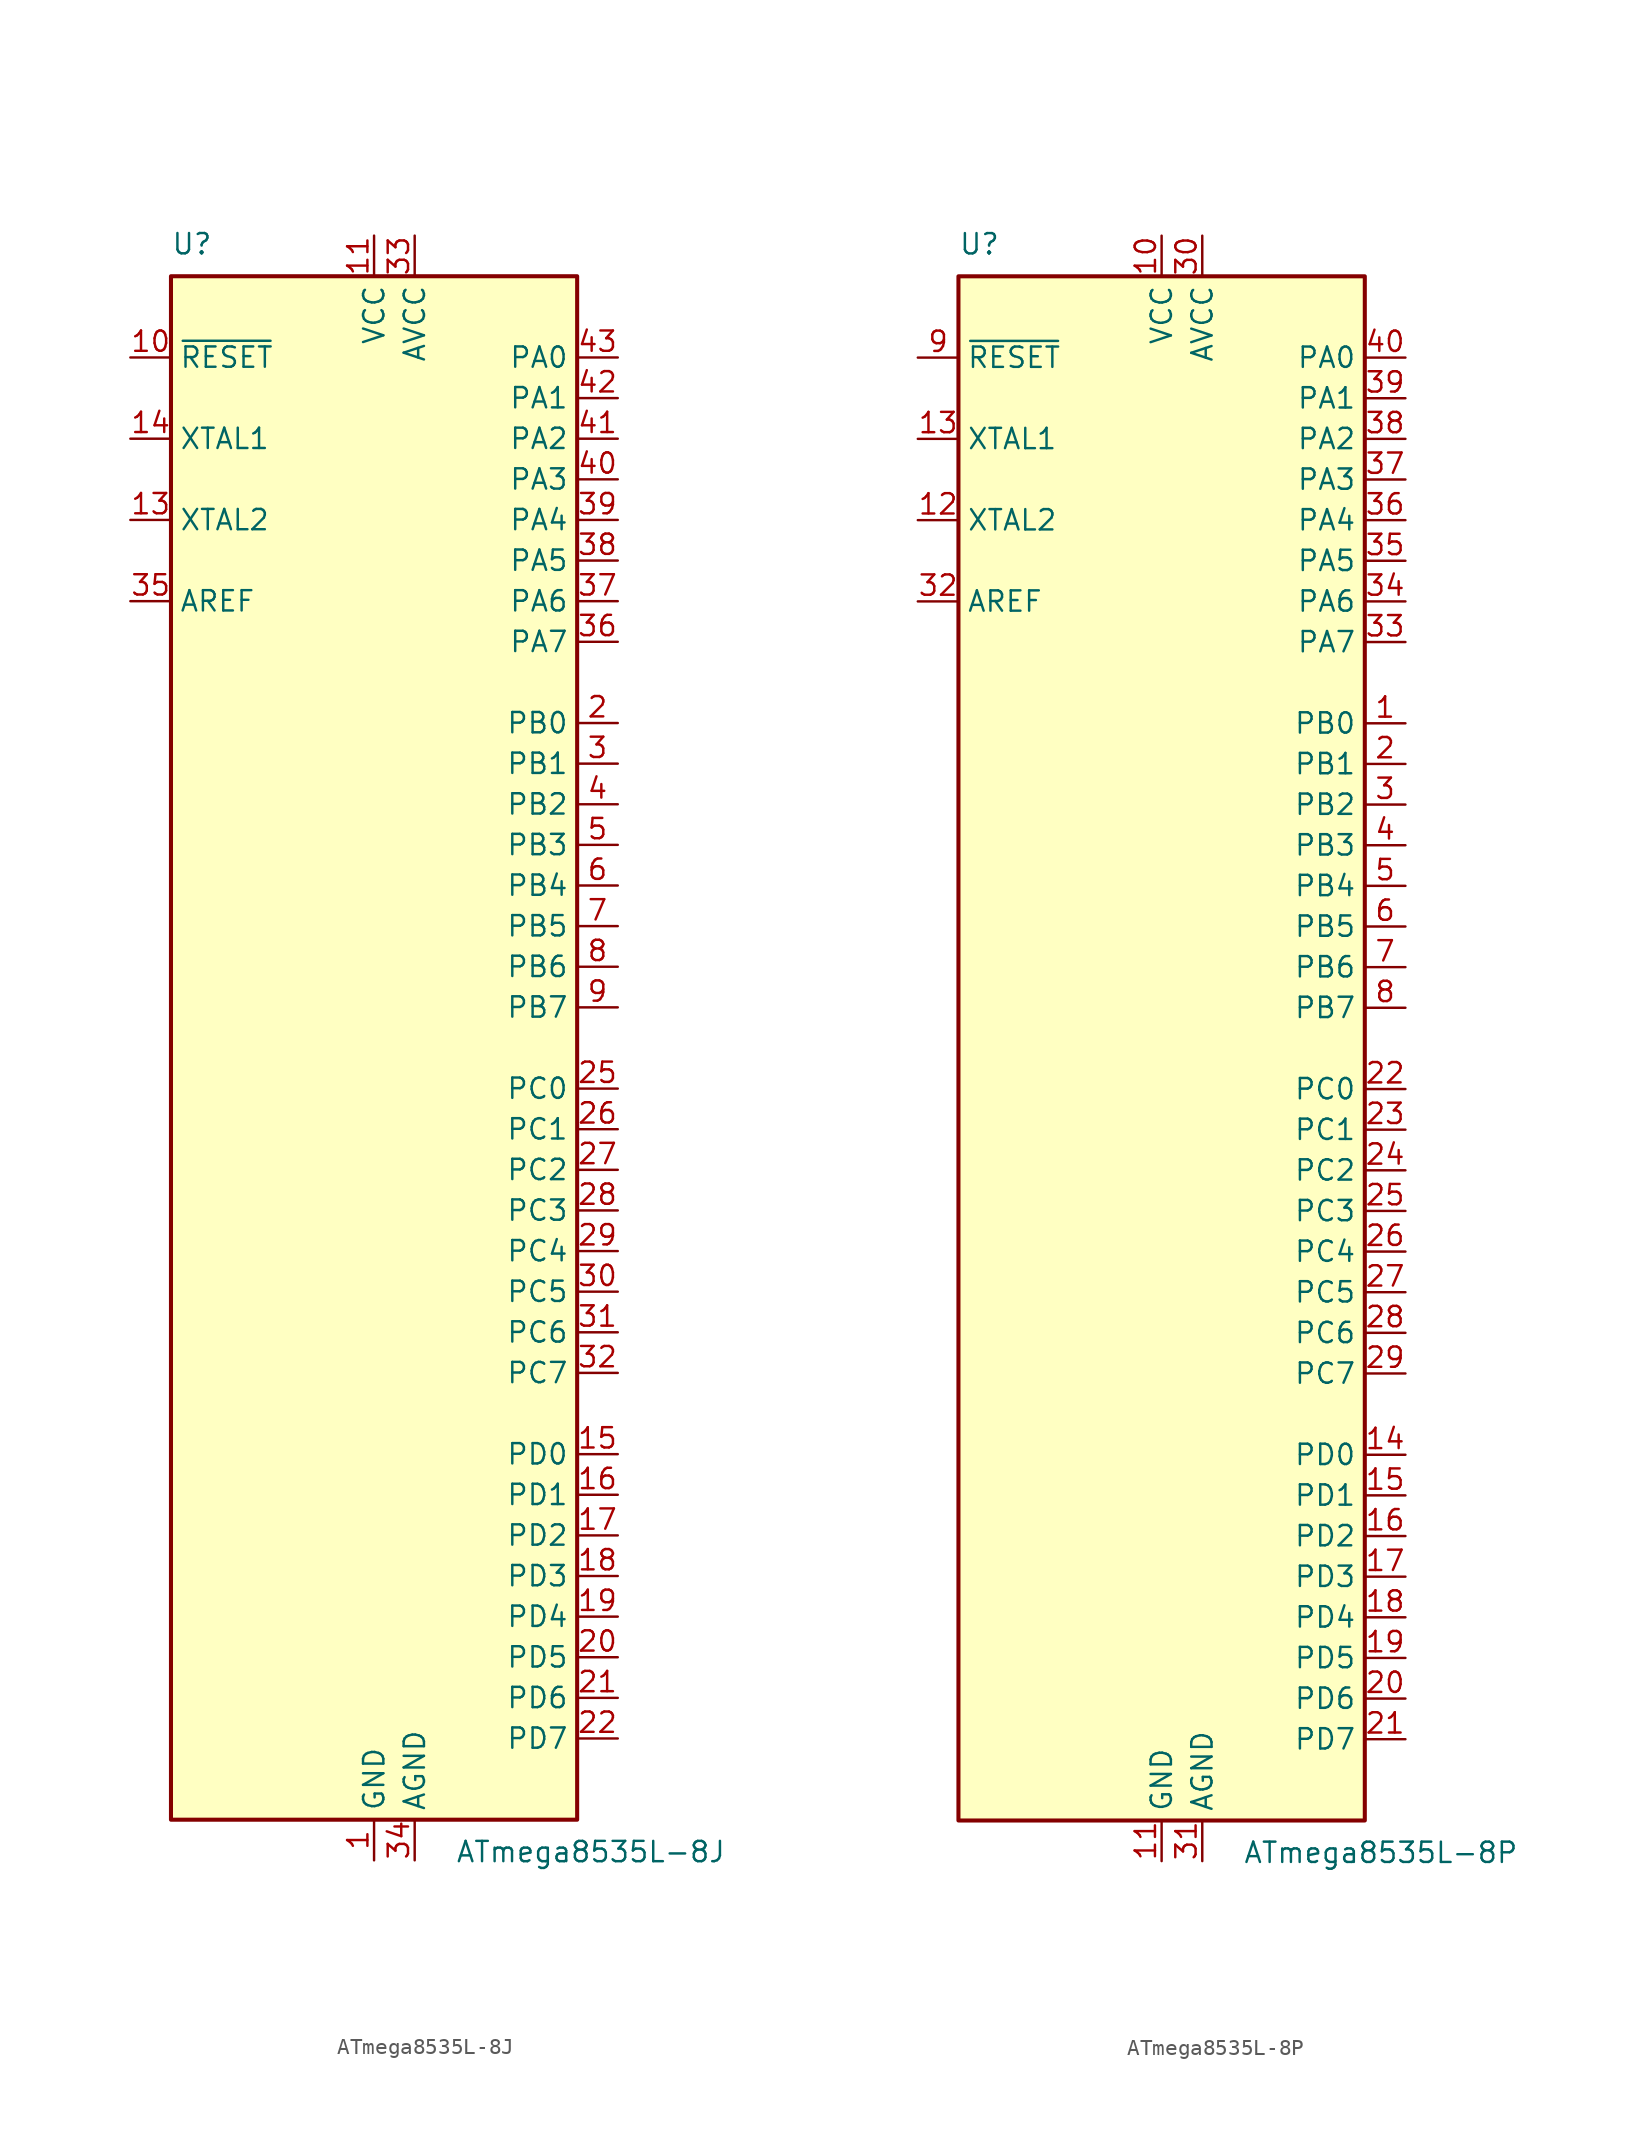
<source format=kicad_sym>
(kicad_symbol_lib
  (version 20241209)
  (generator "kicad_symbol_editor")
  (generator_version "9.0")
  (symbol "ATmega8535L-8J"
    (property "Reference" "U"
      (at -12.7 49.53 0)
      (effects (font (size 1.27 1.27)) (justify left bottom)))
    (property "Value" "ATmega8535L-8J"
      (at 5.08 -49.53 0)
      (effects (font (size 1.27 1.27)) (justify left top)))
    (symbol "ATmega8535L-8J_0_1"
      (rectangle (start -12.7 -48.26) (end 12.7 48.26) (stroke (width 0.254) (type default)) (fill (type background))))
    (symbol "ATmega8535L-8J_1_1"
      (pin input line (at -15.24 43.18 0) (length 2.54) (name "~{RESET}" (effects (font (size 1.27 1.27)))) (number "10" (effects (font (size 1.27 1.27)))))
      (pin input line (at -15.24 38.1 0) (length 2.54) (name "XTAL1" (effects (font (size 1.27 1.27)))) (number "14" (effects (font (size 1.27 1.27)))))
      (pin output line (at -15.24 33.02 0) (length 2.54) (name "XTAL2" (effects (font (size 1.27 1.27)))) (number "13" (effects (font (size 1.27 1.27)))))
      (pin passive line (at -15.24 27.94 0) (length 2.54) (name "AREF" (effects (font (size 1.27 1.27)))) (number "35" (effects (font (size 1.27 1.27)))))
      (pin power_in line (at 0 50.8 270) (length 2.54) (name "VCC" (effects (font (size 1.27 1.27)))) (number "11" (effects (font (size 1.27 1.27)))))
      (pin passive line (at 0 50.8 270) (length 2.54) (hide yes) (name "VCC" (effects (font (size 1.27 1.27)))) (number "23" (effects (font (size 1.27 1.27)))))
      (pin passive line (at 0 50.8 270) (length 2.54) (hide yes) (name "VCC" (effects (font (size 1.27 1.27)))) (number "44" (effects (font (size 1.27 1.27)))))
      (pin power_in line (at 0 -50.8 90) (length 2.54) (name "GND" (effects (font (size 1.27 1.27)))) (number "1" (effects (font (size 1.27 1.27)))))
      (pin passive line (at 0 -50.8 90) (length 2.54) (hide yes) (name "GND" (effects (font (size 1.27 1.27)))) (number "12" (effects (font (size 1.27 1.27)))))
      (pin passive line (at 0 -50.8 90) (length 2.54) (hide yes) (name "GND" (effects (font (size 1.27 1.27)))) (number "24" (effects (font (size 1.27 1.27)))))
      (pin power_in line (at 2.54 50.8 270) (length 2.54) (name "AVCC" (effects (font (size 1.27 1.27)))) (number "33" (effects (font (size 1.27 1.27)))))
      (pin power_in line (at 2.54 -50.8 90) (length 2.54) (name "AGND" (effects (font (size 1.27 1.27)))) (number "34" (effects (font (size 1.27 1.27)))))
      (pin bidirectional line (at 15.24 43.18 180) (length 2.54) (name "PA0" (effects (font (size 1.27 1.27)))) (number "43" (effects (font (size 1.27 1.27)))))
      (pin bidirectional line (at 15.24 40.64 180) (length 2.54) (name "PA1" (effects (font (size 1.27 1.27)))) (number "42" (effects (font (size 1.27 1.27)))))
      (pin bidirectional line (at 15.24 38.1 180) (length 2.54) (name "PA2" (effects (font (size 1.27 1.27)))) (number "41" (effects (font (size 1.27 1.27)))))
      (pin bidirectional line (at 15.24 35.56 180) (length 2.54) (name "PA3" (effects (font (size 1.27 1.27)))) (number "40" (effects (font (size 1.27 1.27)))))
      (pin bidirectional line (at 15.24 33.02 180) (length 2.54) (name "PA4" (effects (font (size 1.27 1.27)))) (number "39" (effects (font (size 1.27 1.27)))))
      (pin bidirectional line (at 15.24 30.48 180) (length 2.54) (name "PA5" (effects (font (size 1.27 1.27)))) (number "38" (effects (font (size 1.27 1.27)))))
      (pin bidirectional line (at 15.24 27.94 180) (length 2.54) (name "PA6" (effects (font (size 1.27 1.27)))) (number "37" (effects (font (size 1.27 1.27)))))
      (pin bidirectional line (at 15.24 25.4 180) (length 2.54) (name "PA7" (effects (font (size 1.27 1.27)))) (number "36" (effects (font (size 1.27 1.27)))))
      (pin bidirectional line (at 15.24 20.32 180) (length 2.54) (name "PB0" (effects (font (size 1.27 1.27)))) (number "2" (effects (font (size 1.27 1.27)))))
      (pin bidirectional line (at 15.24 17.78 180) (length 2.54) (name "PB1" (effects (font (size 1.27 1.27)))) (number "3" (effects (font (size 1.27 1.27)))))
      (pin bidirectional line (at 15.24 15.24 180) (length 2.54) (name "PB2" (effects (font (size 1.27 1.27)))) (number "4" (effects (font (size 1.27 1.27)))))
      (pin bidirectional line (at 15.24 12.7 180) (length 2.54) (name "PB3" (effects (font (size 1.27 1.27)))) (number "5" (effects (font (size 1.27 1.27)))))
      (pin bidirectional line (at 15.24 10.16 180) (length 2.54) (name "PB4" (effects (font (size 1.27 1.27)))) (number "6" (effects (font (size 1.27 1.27)))))
      (pin bidirectional line (at 15.24 7.62 180) (length 2.54) (name "PB5" (effects (font (size 1.27 1.27)))) (number "7" (effects (font (size 1.27 1.27)))))
      (pin bidirectional line (at 15.24 5.08 180) (length 2.54) (name "PB6" (effects (font (size 1.27 1.27)))) (number "8" (effects (font (size 1.27 1.27)))))
      (pin bidirectional line (at 15.24 2.54 180) (length 2.54) (name "PB7" (effects (font (size 1.27 1.27)))) (number "9" (effects (font (size 1.27 1.27)))))
      (pin bidirectional line (at 15.24 -2.54 180) (length 2.54) (name "PC0" (effects (font (size 1.27 1.27)))) (number "25" (effects (font (size 1.27 1.27)))))
      (pin bidirectional line (at 15.24 -5.08 180) (length 2.54) (name "PC1" (effects (font (size 1.27 1.27)))) (number "26" (effects (font (size 1.27 1.27)))))
      (pin bidirectional line (at 15.24 -7.62 180) (length 2.54) (name "PC2" (effects (font (size 1.27 1.27)))) (number "27" (effects (font (size 1.27 1.27)))))
      (pin bidirectional line (at 15.24 -10.16 180) (length 2.54) (name "PC3" (effects (font (size 1.27 1.27)))) (number "28" (effects (font (size 1.27 1.27)))))
      (pin bidirectional line (at 15.24 -12.7 180) (length 2.54) (name "PC4" (effects (font (size 1.27 1.27)))) (number "29" (effects (font (size 1.27 1.27)))))
      (pin bidirectional line (at 15.24 -15.24 180) (length 2.54) (name "PC5" (effects (font (size 1.27 1.27)))) (number "30" (effects (font (size 1.27 1.27)))))
      (pin bidirectional line (at 15.24 -17.78 180) (length 2.54) (name "PC6" (effects (font (size 1.27 1.27)))) (number "31" (effects (font (size 1.27 1.27)))))
      (pin bidirectional line (at 15.24 -20.32 180) (length 2.54) (name "PC7" (effects (font (size 1.27 1.27)))) (number "32" (effects (font (size 1.27 1.27)))))
      (pin bidirectional line (at 15.24 -25.4 180) (length 2.54) (name "PD0" (effects (font (size 1.27 1.27)))) (number "15" (effects (font (size 1.27 1.27)))))
      (pin bidirectional line (at 15.24 -27.94 180) (length 2.54) (name "PD1" (effects (font (size 1.27 1.27)))) (number "16" (effects (font (size 1.27 1.27)))))
      (pin bidirectional line (at 15.24 -30.48 180) (length 2.54) (name "PD2" (effects (font (size 1.27 1.27)))) (number "17" (effects (font (size 1.27 1.27)))))
      (pin bidirectional line (at 15.24 -33.02 180) (length 2.54) (name "PD3" (effects (font (size 1.27 1.27)))) (number "18" (effects (font (size 1.27 1.27)))))
      (pin bidirectional line (at 15.24 -35.56 180) (length 2.54) (name "PD4" (effects (font (size 1.27 1.27)))) (number "19" (effects (font (size 1.27 1.27)))))
      (pin bidirectional line (at 15.24 -38.1 180) (length 2.54) (name "PD5" (effects (font (size 1.27 1.27)))) (number "20" (effects (font (size 1.27 1.27)))))
      (pin bidirectional line (at 15.24 -40.64 180) (length 2.54) (name "PD6" (effects (font (size 1.27 1.27)))) (number "21" (effects (font (size 1.27 1.27)))))
      (pin bidirectional line (at 15.24 -43.18 180) (length 2.54) (name "PD7" (effects (font (size 1.27 1.27)))) (number "22" (effects (font (size 1.27 1.27)))))))
  (symbol "ATmega8535L-8P"
    (property "Reference" "U"
      (at -12.7 49.53 0)
      (effects (font (size 1.27 1.27)) (justify left bottom)))
    (property "Value" "ATmega8535L-8P"
      (at 5.08 -49.53 0)
      (effects (font (size 1.27 1.27)) (justify left top)))
    (symbol "ATmega8535L-8P_0_1"
      (rectangle (start -12.7 -48.26) (end 12.7 48.26) (stroke (width 0.254) (type default)) (fill (type background))))
    (symbol "ATmega8535L-8P_1_1"
      (pin input line (at -15.24 43.18 0) (length 2.54) (name "~{RESET}" (effects (font (size 1.27 1.27)))) (number "9" (effects (font (size 1.27 1.27)))))
      (pin input line (at -15.24 38.1 0) (length 2.54) (name "XTAL1" (effects (font (size 1.27 1.27)))) (number "13" (effects (font (size 1.27 1.27)))))
      (pin output line (at -15.24 33.02 0) (length 2.54) (name "XTAL2" (effects (font (size 1.27 1.27)))) (number "12" (effects (font (size 1.27 1.27)))))
      (pin passive line (at -15.24 27.94 0) (length 2.54) (name "AREF" (effects (font (size 1.27 1.27)))) (number "32" (effects (font (size 1.27 1.27)))))
      (pin power_in line (at 0 50.8 270) (length 2.54) (name "VCC" (effects (font (size 1.27 1.27)))) (number "10" (effects (font (size 1.27 1.27)))))
      (pin power_in line (at 0 -50.8 90) (length 2.54) (name "GND" (effects (font (size 1.27 1.27)))) (number "11" (effects (font (size 1.27 1.27)))))
      (pin power_in line (at 2.54 50.8 270) (length 2.54) (name "AVCC" (effects (font (size 1.27 1.27)))) (number "30" (effects (font (size 1.27 1.27)))))
      (pin power_in line (at 2.54 -50.8 90) (length 2.54) (name "AGND" (effects (font (size 1.27 1.27)))) (number "31" (effects (font (size 1.27 1.27)))))
      (pin bidirectional line (at 15.24 43.18 180) (length 2.54) (name "PA0" (effects (font (size 1.27 1.27)))) (number "40" (effects (font (size 1.27 1.27)))))
      (pin bidirectional line (at 15.24 40.64 180) (length 2.54) (name "PA1" (effects (font (size 1.27 1.27)))) (number "39" (effects (font (size 1.27 1.27)))))
      (pin bidirectional line (at 15.24 38.1 180) (length 2.54) (name "PA2" (effects (font (size 1.27 1.27)))) (number "38" (effects (font (size 1.27 1.27)))))
      (pin bidirectional line (at 15.24 35.56 180) (length 2.54) (name "PA3" (effects (font (size 1.27 1.27)))) (number "37" (effects (font (size 1.27 1.27)))))
      (pin bidirectional line (at 15.24 33.02 180) (length 2.54) (name "PA4" (effects (font (size 1.27 1.27)))) (number "36" (effects (font (size 1.27 1.27)))))
      (pin bidirectional line (at 15.24 30.48 180) (length 2.54) (name "PA5" (effects (font (size 1.27 1.27)))) (number "35" (effects (font (size 1.27 1.27)))))
      (pin bidirectional line (at 15.24 27.94 180) (length 2.54) (name "PA6" (effects (font (size 1.27 1.27)))) (number "34" (effects (font (size 1.27 1.27)))))
      (pin bidirectional line (at 15.24 25.4 180) (length 2.54) (name "PA7" (effects (font (size 1.27 1.27)))) (number "33" (effects (font (size 1.27 1.27)))))
      (pin bidirectional line (at 15.24 20.32 180) (length 2.54) (name "PB0" (effects (font (size 1.27 1.27)))) (number "1" (effects (font (size 1.27 1.27)))))
      (pin bidirectional line (at 15.24 17.78 180) (length 2.54) (name "PB1" (effects (font (size 1.27 1.27)))) (number "2" (effects (font (size 1.27 1.27)))))
      (pin bidirectional line (at 15.24 15.24 180) (length 2.54) (name "PB2" (effects (font (size 1.27 1.27)))) (number "3" (effects (font (size 1.27 1.27)))))
      (pin bidirectional line (at 15.24 12.7 180) (length 2.54) (name "PB3" (effects (font (size 1.27 1.27)))) (number "4" (effects (font (size 1.27 1.27)))))
      (pin bidirectional line (at 15.24 10.16 180) (length 2.54) (name "PB4" (effects (font (size 1.27 1.27)))) (number "5" (effects (font (size 1.27 1.27)))))
      (pin bidirectional line (at 15.24 7.62 180) (length 2.54) (name "PB5" (effects (font (size 1.27 1.27)))) (number "6" (effects (font (size 1.27 1.27)))))
      (pin bidirectional line (at 15.24 5.08 180) (length 2.54) (name "PB6" (effects (font (size 1.27 1.27)))) (number "7" (effects (font (size 1.27 1.27)))))
      (pin bidirectional line (at 15.24 2.54 180) (length 2.54) (name "PB7" (effects (font (size 1.27 1.27)))) (number "8" (effects (font (size 1.27 1.27)))))
      (pin bidirectional line (at 15.24 -2.54 180) (length 2.54) (name "PC0" (effects (font (size 1.27 1.27)))) (number "22" (effects (font (size 1.27 1.27)))))
      (pin bidirectional line (at 15.24 -5.08 180) (length 2.54) (name "PC1" (effects (font (size 1.27 1.27)))) (number "23" (effects (font (size 1.27 1.27)))))
      (pin bidirectional line (at 15.24 -7.62 180) (length 2.54) (name "PC2" (effects (font (size 1.27 1.27)))) (number "24" (effects (font (size 1.27 1.27)))))
      (pin bidirectional line (at 15.24 -10.16 180) (length 2.54) (name "PC3" (effects (font (size 1.27 1.27)))) (number "25" (effects (font (size 1.27 1.27)))))
      (pin bidirectional line (at 15.24 -12.7 180) (length 2.54) (name "PC4" (effects (font (size 1.27 1.27)))) (number "26" (effects (font (size 1.27 1.27)))))
      (pin bidirectional line (at 15.24 -15.24 180) (length 2.54) (name "PC5" (effects (font (size 1.27 1.27)))) (number "27" (effects (font (size 1.27 1.27)))))
      (pin bidirectional line (at 15.24 -17.78 180) (length 2.54) (name "PC6" (effects (font (size 1.27 1.27)))) (number "28" (effects (font (size 1.27 1.27)))))
      (pin bidirectional line (at 15.24 -20.32 180) (length 2.54) (name "PC7" (effects (font (size 1.27 1.27)))) (number "29" (effects (font (size 1.27 1.27)))))
      (pin bidirectional line (at 15.24 -25.4 180) (length 2.54) (name "PD0" (effects (font (size 1.27 1.27)))) (number "14" (effects (font (size 1.27 1.27)))))
      (pin bidirectional line (at 15.24 -27.94 180) (length 2.54) (name "PD1" (effects (font (size 1.27 1.27)))) (number "15" (effects (font (size 1.27 1.27)))))
      (pin bidirectional line (at 15.24 -30.48 180) (length 2.54) (name "PD2" (effects (font (size 1.27 1.27)))) (number "16" (effects (font (size 1.27 1.27)))))
      (pin bidirectional line (at 15.24 -33.02 180) (length 2.54) (name "PD3" (effects (font (size 1.27 1.27)))) (number "17" (effects (font (size 1.27 1.27)))))
      (pin bidirectional line (at 15.24 -35.56 180) (length 2.54) (name "PD4" (effects (font (size 1.27 1.27)))) (number "18" (effects (font (size 1.27 1.27)))))
      (pin bidirectional line (at 15.24 -38.1 180) (length 2.54) (name "PD5" (effects (font (size 1.27 1.27)))) (number "19" (effects (font (size 1.27 1.27)))))
      (pin bidirectional line (at 15.24 -40.64 180) (length 2.54) (name "PD6" (effects (font (size 1.27 1.27)))) (number "20" (effects (font (size 1.27 1.27)))))
      (pin bidirectional line (at 15.24 -43.18 180) (length 2.54) (name "PD7" (effects (font (size 1.27 1.27)))) (number "21" (effects (font (size 1.27 1.27))))))))
</source>
